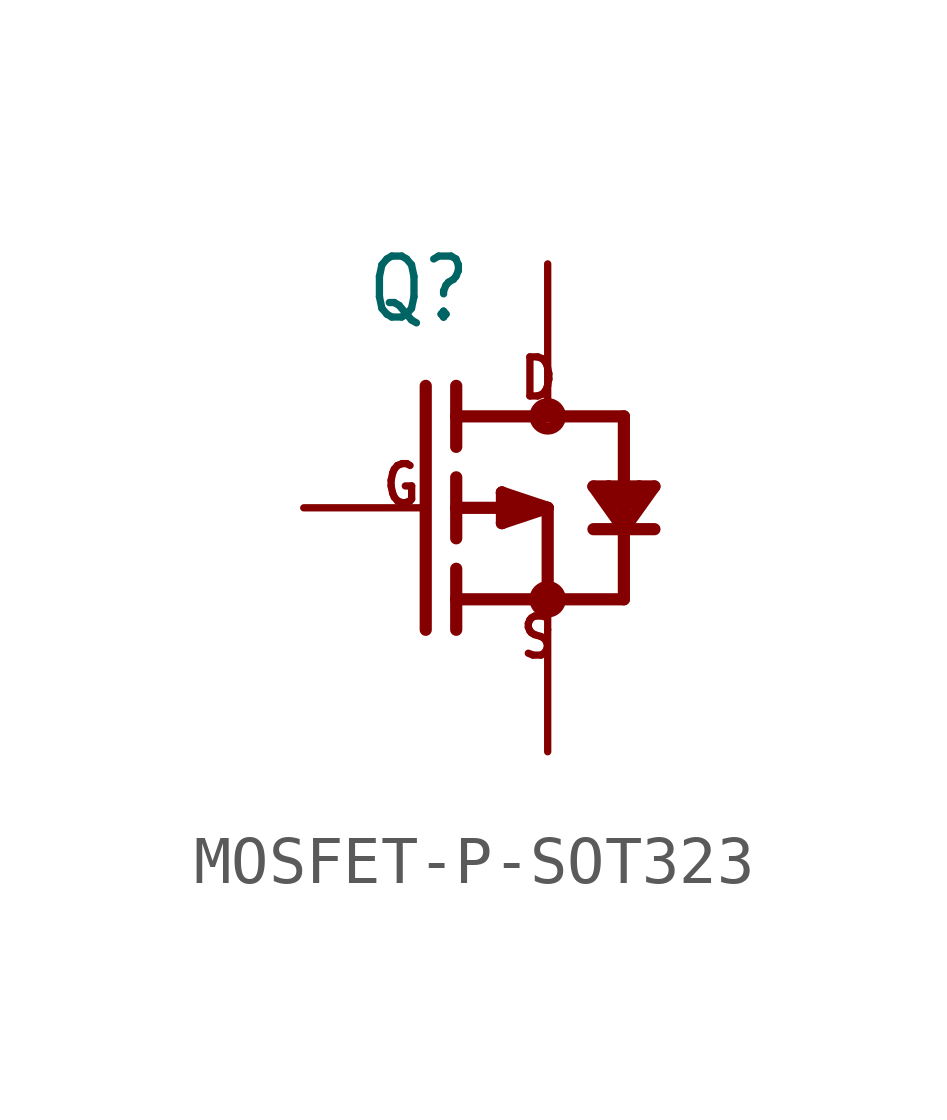
<source format=kicad_sym>
(kicad_symbol_lib
  (version 20220914)
  (generator kicad_symbol_editor)
  (symbol "MOSFET-P-SOT323"
    (property "Reference" "Q"
      (at -3.81 3.81 0)
      (effects (font (size 1.27 1.079)) (justify left bottom)))
    (property "Value" ""
      (at -3.81 2.54 0)
      (effects (font (size 1.27 1.079)) (justify left bottom)))
    (property "ki_locked" ""
      (at 0 0 0)
      (effects (font (size 1.27 1.27))))
    (symbol "MOSFET-P-SOT323_1_0"
      (circle (center 0 -1.905) (radius 0.254) (stroke (width 0.254) (type solid)) (fill (type none)))
      (polyline (pts (xy -2.54 2.54) (xy -2.54 -2.54)) (stroke (width 0.254) (type solid)) (fill (type none)))
      (polyline (pts (xy -1.905 -2.54) (xy -1.905 -1.905)) (stroke (width 0.254) (type solid)) (fill (type none)))
      (polyline (pts (xy -1.905 -1.905) (xy -1.905 -1.27)) (stroke (width 0.254) (type solid)) (fill (type none)))
      (polyline (pts (xy -1.905 -1.905) (xy 0 -1.905)) (stroke (width 0.254) (type solid)) (fill (type none)))
      (polyline (pts (xy -1.905 0) (xy -1.905 -0.635)) (stroke (width 0.254) (type solid)) (fill (type none)))
      (polyline (pts (xy -1.905 0) (xy -0.318 0)) (stroke (width 0.254) (type solid)) (fill (type none)))
      (polyline (pts (xy -1.905 0.635) (xy -1.905 0)) (stroke (width 0.254) (type solid)) (fill (type none)))
      (polyline (pts (xy -1.905 1.905) (xy -1.905 1.27)) (stroke (width 0.254) (type solid)) (fill (type none)))
      (polyline (pts (xy -1.905 1.905) (xy 0 1.905)) (stroke (width 0.254) (type solid)) (fill (type none)))
      (polyline (pts (xy -1.905 2.54) (xy -1.905 1.905)) (stroke (width 0.254) (type solid)) (fill (type none)))
      (polyline (pts (xy -0.953 -0.318) (xy -0.318 0)) (stroke (width 0.254) (type solid)) (fill (type none)))
      (polyline (pts (xy -0.953 0.318) (xy -0.953 -0.318)) (stroke (width 0.254) (type solid)) (fill (type none)))
      (polyline (pts (xy -0.953 0.318) (xy -0.508 -0.127)) (stroke (width 0.254) (type solid)) (fill (type none)))
      (polyline (pts (xy -0.318 0) (xy -0.953 0.318)) (stroke (width 0.254) (type solid)) (fill (type none)))
      (polyline (pts (xy -0.318 0) (xy 0 0)) (stroke (width 0.152) (type solid)) (fill (type none)))
      (polyline (pts (xy 0 -1.905) (xy 0 -2.54)) (stroke (width 0.152) (type solid)) (fill (type none)))
      (polyline (pts (xy 0 0) (xy -0.953 -0.318)) (stroke (width 0.254) (type solid)) (fill (type none)))
      (polyline (pts (xy 0 0) (xy -0.953 0.318)) (stroke (width 0.254) (type solid)) (fill (type none)))
      (polyline (pts (xy 0 0) (xy 0 -1.905)) (stroke (width 0.254) (type solid)) (fill (type none)))
      (polyline (pts (xy 0 1.905) (xy 1.587 1.905)) (stroke (width 0.254) (type solid)) (fill (type none)))
      (polyline (pts (xy 0 2.54) (xy 0 1.905)) (stroke (width 0.152) (type solid)) (fill (type none)))
      (polyline (pts (xy 0.953 -0.445) (xy 1.587 -0.445)) (stroke (width 0.254) (type solid)) (fill (type none)))
      (polyline (pts (xy 0.953 0.445) (xy 1.27 0.445)) (stroke (width 0.254) (type solid)) (fill (type none)))
      (polyline (pts (xy 1.27 0.318) (xy 1.587 0)) (stroke (width 0.254) (type solid)) (fill (type none)))
      (polyline (pts (xy 1.27 0.445) (xy 1.587 0)) (stroke (width 0.254) (type solid)) (fill (type none)))
      (polyline (pts (xy 1.27 0.445) (xy 1.905 0.445)) (stroke (width 0.254) (type solid)) (fill (type none)))
      (polyline (pts (xy 1.587 -1.905) (xy 0 -1.905)) (stroke (width 0.254) (type solid)) (fill (type none)))
      (polyline (pts (xy 1.587 -0.445) (xy 0.953 0.445)) (stroke (width 0.254) (type solid)) (fill (type none)))
      (polyline (pts (xy 1.587 -0.445) (xy 1.587 -1.905)) (stroke (width 0.254) (type solid)) (fill (type none)))
      (polyline (pts (xy 1.587 -0.445) (xy 2.223 -0.445)) (stroke (width 0.254) (type solid)) (fill (type none)))
      (polyline (pts (xy 1.587 0) (xy 1.587 -0.445)) (stroke (width 0.254) (type solid)) (fill (type none)))
      (polyline (pts (xy 1.587 0) (xy 1.905 0.318)) (stroke (width 0.254) (type solid)) (fill (type none)))
      (polyline (pts (xy 1.587 0) (xy 1.905 0.445)) (stroke (width 0.254) (type solid)) (fill (type none)))
      (polyline (pts (xy 1.587 1.905) (xy 1.587 0)) (stroke (width 0.254) (type solid)) (fill (type none)))
      (polyline (pts (xy 1.905 0.445) (xy 2.223 0.445)) (stroke (width 0.254) (type solid)) (fill (type none)))
      (polyline (pts (xy 2.223 0.445) (xy 1.587 -0.445)) (stroke (width 0.254) (type solid)) (fill (type none)))
      (circle (center 0 1.905) (radius 0.254) (stroke (width 0.254) (type solid)) (fill (type none)))
      (text "D" (at -0.635 2.223 0) (effects (font (size 0.813 0.691)) (justify left bottom)))
      (text "G" (at -3.493 0 0) (effects (font (size 0.813 0.691)) (justify left bottom)))
      (text "S" (at -0.635 -3.175 0) (effects (font (size 0.813 0.691)) (justify left bottom)))
      (pin passive line (at -5.08 0 0) (length 2.54) (name "G" (effects (font (size 0 0)))) (number "1" (effects (font (size 0 0)))))
      (pin passive line (at 0 -5.08 90) (length 2.54) (name "S" (effects (font (size 0 0)))) (number "2" (effects (font (size 0 0)))))
      (pin passive line (at 0 5.08 270) (length 2.54) (name "D" (effects (font (size 0 0)))) (number "3" (effects (font (size 0 0))))))))
</source>
